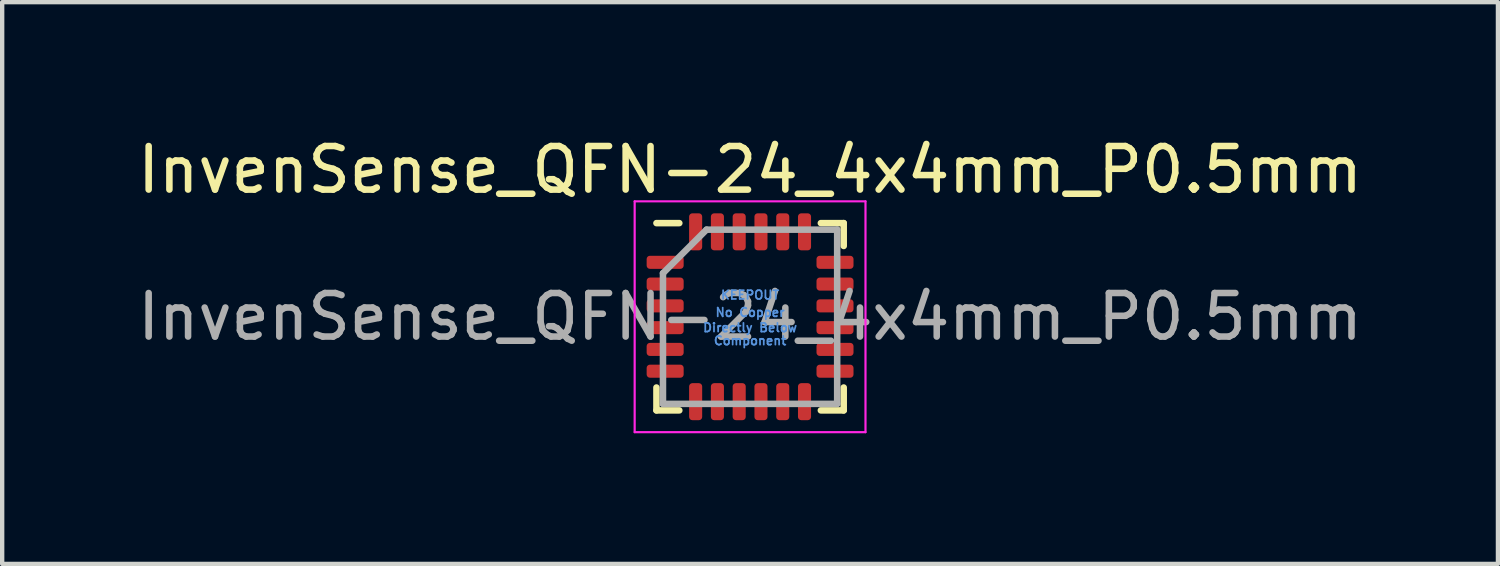
<source format=kicad_pcb>
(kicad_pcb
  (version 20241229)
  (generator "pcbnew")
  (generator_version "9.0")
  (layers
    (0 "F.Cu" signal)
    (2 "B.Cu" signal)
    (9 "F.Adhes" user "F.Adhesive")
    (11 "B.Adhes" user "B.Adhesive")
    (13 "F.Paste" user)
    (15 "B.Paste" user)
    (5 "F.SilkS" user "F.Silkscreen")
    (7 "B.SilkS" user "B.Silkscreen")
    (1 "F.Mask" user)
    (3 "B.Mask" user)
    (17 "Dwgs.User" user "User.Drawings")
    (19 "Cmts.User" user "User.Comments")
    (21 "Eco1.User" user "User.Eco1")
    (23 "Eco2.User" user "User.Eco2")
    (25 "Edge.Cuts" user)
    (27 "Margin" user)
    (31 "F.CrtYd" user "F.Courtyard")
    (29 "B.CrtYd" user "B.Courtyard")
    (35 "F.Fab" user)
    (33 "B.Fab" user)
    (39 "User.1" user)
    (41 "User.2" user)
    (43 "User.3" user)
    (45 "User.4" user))
  (footprint "InvenSense_QFN-24_4x4mm_P0.5mm"
    (layer "F.Cu")
    (at 14.173 4.223)
    (property "Reference" "InvenSense_QFN-24_4x4mm_P0.5mm" (at 0 -3.375 0) (layer "F.SilkS") (effects (font (size 1 1) (thickness 0.15))))
    (attr smd)
    (fp_line (start -2.15 -2.15) (end -1.625 -2.15) (stroke (width 0.15) (type solid)) (layer "F.SilkS"))
    (fp_line (start -2.15 2.15) (end -2.15 1.625) (stroke (width 0.15) (type solid)) (layer "F.SilkS"))
    (fp_line (start -2.15 2.15) (end -1.625 2.15) (stroke (width 0.15) (type solid)) (layer "F.SilkS"))
    (fp_line (start 2.15 -2.15) (end 1.625 -2.15) (stroke (width 0.15) (type solid)) (layer "F.SilkS"))
    (fp_line (start 2.15 -2.15) (end 2.15 -1.625) (stroke (width 0.15) (type solid)) (layer "F.SilkS"))
    (fp_line (start 2.15 2.15) (end 1.625 2.15) (stroke (width 0.15) (type solid)) (layer "F.SilkS"))
    (fp_line (start 2.15 2.15) (end 2.15 1.625) (stroke (width 0.15) (type solid)) (layer "F.SilkS"))
    (fp_line (start -2.65 -2.65) (end -2.65 2.65) (stroke (width 0.05) (type solid)) (layer "F.CrtYd"))
    (fp_line (start -2.65 -2.65) (end 2.65 -2.65) (stroke (width 0.05) (type solid)) (layer "F.CrtYd"))
    (fp_line (start -2.65 2.65) (end 2.65 2.65) (stroke (width 0.05) (type solid)) (layer "F.CrtYd"))
    (fp_line (start 2.65 -2.65) (end 2.65 2.65) (stroke (width 0.05) (type solid)) (layer "F.CrtYd"))
    (fp_line (start -2 -1) (end -1 -2) (stroke (width 0.15) (type solid)) (layer "F.Fab"))
    (fp_line (start -2 2) (end -2 -1) (stroke (width 0.15) (type solid)) (layer "F.Fab"))
    (fp_line (start -1 -2) (end 2 -2) (stroke (width 0.15) (type solid)) (layer "F.Fab"))
    (fp_line (start 2 -2) (end 2 2) (stroke (width 0.15) (type solid)) (layer "F.Fab"))
    (fp_line (start 2 2) (end -2 2) (stroke (width 0.15) (type solid)) (layer "F.Fab"))
    (fp_text user "Component" (at 0 0.55 0) (layer "Cmts.User") (effects (font (size 0.2 0.2) (thickness 0.04))))
    (fp_text user "No Copper" (at 0 -0.1 0) (layer "Cmts.User") (effects (font (size 0.2 0.2) (thickness 0.04))))
    (fp_text user "KEEPOUT" (at 0 -0.5 0) (layer "Cmts.User") (effects (font (size 0.2 0.2) (thickness 0.04))))
    (fp_text user "Directly Below" (at 0 0.25 0) (layer "Cmts.User") (effects (font (size 0.2 0.2) (thickness 0.04))))
    (fp_text user "${REFERENCE}" (at 0 0 0) (layer "F.Fab") (effects (font (size 1 1) (thickness 0.15))))
    (pad "1" smd roundrect (at -1.95 -1.25) (size 0.85 0.3) (layers "F.Cu" "F.Mask" "F.Paste") (roundrect_rratio 0.25))
    (pad "2" smd roundrect (at -1.95 -0.75) (size 0.85 0.3) (layers "F.Cu" "F.Mask" "F.Paste") (roundrect_rratio 0.25))
    (pad "3" smd roundrect (at -1.95 -0.25) (size 0.85 0.3) (layers "F.Cu" "F.Mask" "F.Paste") (roundrect_rratio 0.25))
    (pad "4" smd roundrect (at -1.95 0.25) (size 0.85 0.3) (layers "F.Cu" "F.Mask" "F.Paste") (roundrect_rratio 0.25))
    (pad "5" smd roundrect (at -1.95 0.75) (size 0.85 0.3) (layers "F.Cu" "F.Mask" "F.Paste") (roundrect_rratio 0.25))
    (pad "6" smd roundrect (at -1.95 1.25) (size 0.85 0.3) (layers "F.Cu" "F.Mask" "F.Paste") (roundrect_rratio 0.25))
    (pad "7" smd roundrect (at -1.25 1.95 90) (size 0.85 0.3) (layers "F.Cu" "F.Mask" "F.Paste") (roundrect_rratio 0.25))
    (pad "8" smd roundrect (at -0.75 1.95 90) (size 0.85 0.3) (layers "F.Cu" "F.Mask" "F.Paste") (roundrect_rratio 0.25))
    (pad "9" smd roundrect (at -0.25 1.95 90) (size 0.85 0.3) (layers "F.Cu" "F.Mask" "F.Paste") (roundrect_rratio 0.25))
    (pad "10" smd roundrect (at 0.25 1.95 90) (size 0.85 0.3) (layers "F.Cu" "F.Mask" "F.Paste") (roundrect_rratio 0.25))
    (pad "11" smd roundrect (at 0.75 1.95 90) (size 0.85 0.3) (layers "F.Cu" "F.Mask" "F.Paste") (roundrect_rratio 0.25))
    (pad "12" smd roundrect (at 1.25 1.95 90) (size 0.85 0.3) (layers "F.Cu" "F.Mask" "F.Paste") (roundrect_rratio 0.25))
    (pad "13" smd roundrect (at 1.95 1.25) (size 0.85 0.3) (layers "F.Cu" "F.Mask" "F.Paste") (roundrect_rratio 0.25))
    (pad "14" smd roundrect (at 1.95 0.75) (size 0.85 0.3) (layers "F.Cu" "F.Mask" "F.Paste") (roundrect_rratio 0.25))
    (pad "15" smd roundrect (at 1.95 0.25) (size 0.85 0.3) (layers "F.Cu" "F.Mask" "F.Paste") (roundrect_rratio 0.25))
    (pad "16" smd roundrect (at 1.95 -0.25) (size 0.85 0.3) (layers "F.Cu" "F.Mask" "F.Paste") (roundrect_rratio 0.25))
    (pad "17" smd roundrect (at 1.95 -0.75) (size 0.85 0.3) (layers "F.Cu" "F.Mask" "F.Paste") (roundrect_rratio 0.25))
    (pad "18" smd roundrect (at 1.95 -1.25) (size 0.85 0.3) (layers "F.Cu" "F.Mask" "F.Paste") (roundrect_rratio 0.25))
    (pad "19" smd roundrect (at 1.25 -1.95 90) (size 0.85 0.3) (layers "F.Cu" "F.Mask" "F.Paste") (roundrect_rratio 0.25))
    (pad "20" smd roundrect (at 0.75 -1.95 90) (size 0.85 0.3) (layers "F.Cu" "F.Mask" "F.Paste") (roundrect_rratio 0.25))
    (pad "21" smd roundrect (at 0.25 -1.95 90) (size 0.85 0.3) (layers "F.Cu" "F.Mask" "F.Paste") (roundrect_rratio 0.25))
    (pad "22" smd roundrect (at -0.25 -1.95 90) (size 0.85 0.3) (layers "F.Cu" "F.Mask" "F.Paste") (roundrect_rratio 0.25))
    (pad "23" smd roundrect (at -0.75 -1.95 90) (size 0.85 0.3) (layers "F.Cu" "F.Mask" "F.Paste") (roundrect_rratio 0.25))
    (pad "24" smd roundrect (at -1.25 -1.95 90) (size 0.85 0.3) (layers "F.Cu" "F.Mask" "F.Paste") (roundrect_rratio 0.25))
    (zone (net_name "") (layer "F.Cu") (hatch full 0.508) (connect_pads) (min_thickness 0.254) (filled_areas_thickness no) (keepout (tracks not_allowed) (vias not_allowed) (pads not_allowed) (copperpour not_allowed) (footprints allowed)) (placement (enabled no)) (fill) (polygon (pts (xy 12.798 2.898) (xy 15.548 2.898) (xy 15.548 5.548) (xy 12.798 5.548)))))
  (gr_rect
    (start -3 -3)
    (end 31.345 9.898)
    (stroke (width 0.1) (type default))
    (fill no)
    (layer "Edge.Cuts")))
</source>
